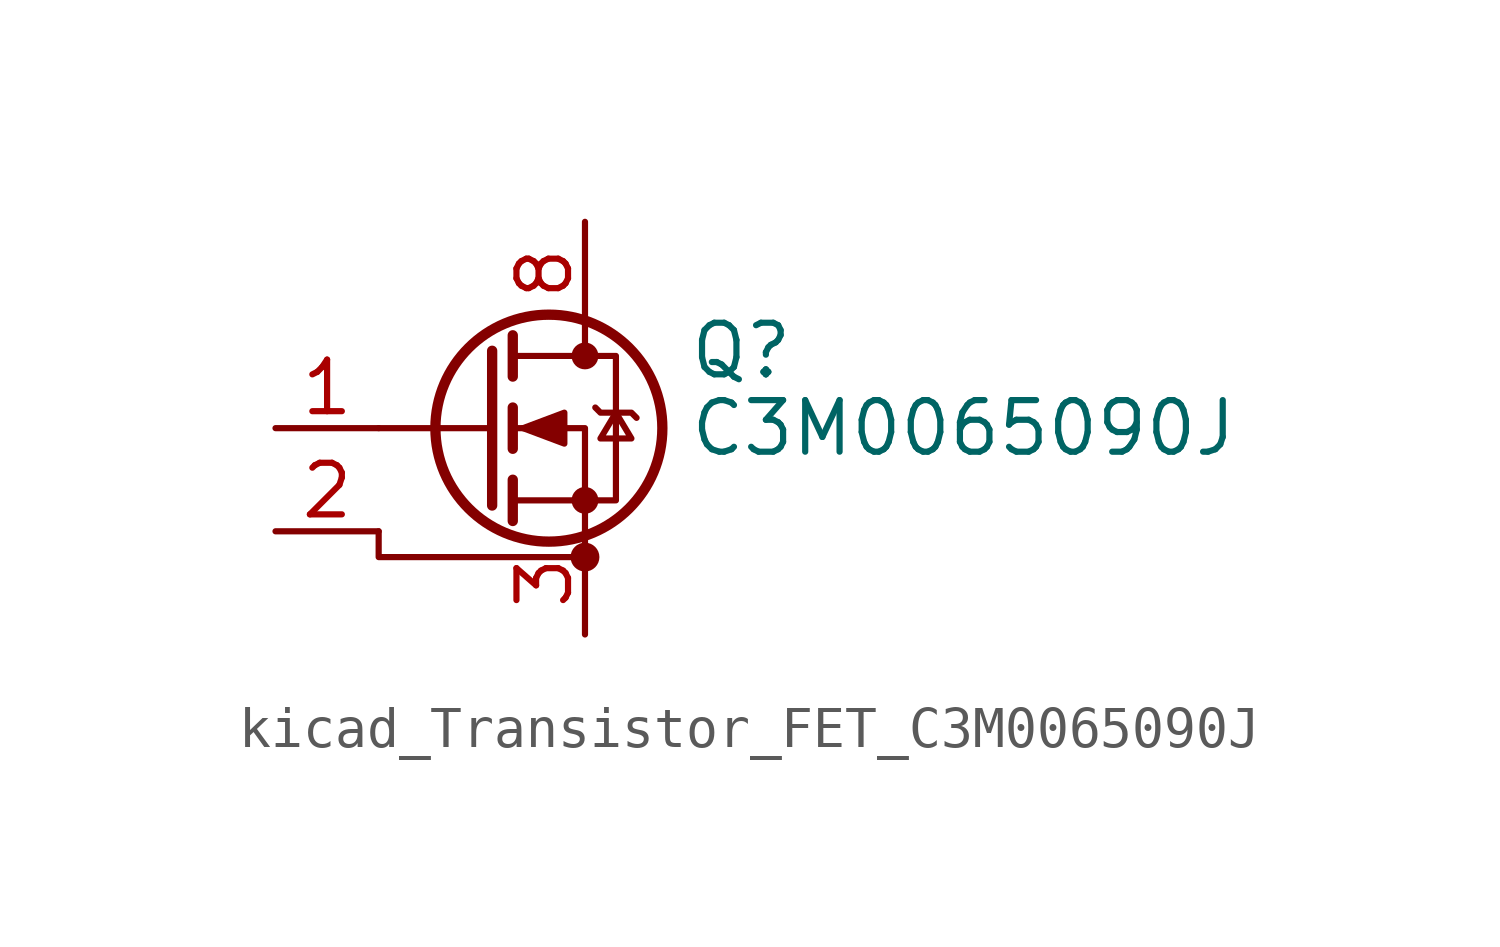
<source format=kicad_sym>
(kicad_symbol_lib
  (version 20220914)
  (generator kicad_symbol_editor)
  (symbol "kicad_Transistor_FET_C3M0065090J"
    (pin_names hide)
    (property "Reference" "Q"
      (at 5.08 1.905 0)
      (effects (font (size 1.27 1.27)) (justify left)))
    (property "Value" "C3M0065090J"
      (at 5.08 0 0)
      (effects (font (size 1.27 1.27)) (justify left)))
    (symbol "kicad_Transistor_FET_C3M0065090J_0_1"
      (polyline (pts (xy 0.254 0) (xy -2.54 0)) (stroke (width 0) (type default)) (fill (type none)))
      (polyline (pts (xy 0.254 1.905) (xy 0.254 -1.905)) (stroke (width 0.254) (type default)) (fill (type none)))
      (polyline (pts (xy 0.762 -1.27) (xy 0.762 -2.286)) (stroke (width 0.254) (type default)) (fill (type none)))
      (polyline (pts (xy 0.762 0.508) (xy 0.762 -0.508)) (stroke (width 0.254) (type default)) (fill (type none)))
      (polyline (pts (xy 0.762 2.286) (xy 0.762 1.27)) (stroke (width 0.254) (type default)) (fill (type none)))
      (polyline (pts (xy 2.54 2.54) (xy 2.54 1.778)) (stroke (width 0) (type default)) (fill (type none)))
      (polyline (pts (xy -2.54 -2.54) (xy -2.54 -3.175) (xy 2.54 -3.175)) (stroke (width 0) (type default)) (fill (type none)))
      (polyline (pts (xy 2.54 -2.54) (xy 2.54 0) (xy 0.762 0)) (stroke (width 0) (type default)) (fill (type none)))
      (polyline (pts (xy 0.762 -1.778) (xy 3.302 -1.778) (xy 3.302 1.778) (xy 0.762 1.778)) (stroke (width 0) (type default)) (fill (type none)))
      (polyline (pts (xy 1.016 0) (xy 2.032 0.381) (xy 2.032 -0.381) (xy 1.016 0)) (stroke (width 0) (type default)) (fill (type outline)))
      (polyline (pts (xy 2.794 0.508) (xy 2.921 0.381) (xy 3.683 0.381) (xy 3.81 0.254)) (stroke (width 0) (type default)) (fill (type none)))
      (polyline (pts (xy 3.302 0.381) (xy 2.921 -0.254) (xy 3.683 -0.254) (xy 3.302 0.381)) (stroke (width 0) (type default)) (fill (type none)))
      (circle (center 1.651 0) (radius 2.794) (stroke (width 0.254) (type default)) (fill (type none)))
      (circle (center 2.54 -3.175) (radius 0.279) (stroke (width 0) (type default)) (fill (type outline)))
      (circle (center 2.54 -1.778) (radius 0.254) (stroke (width 0) (type default)) (fill (type outline)))
      (circle (center 2.54 1.778) (radius 0.254) (stroke (width 0) (type default)) (fill (type outline))))
    (symbol "kicad_Transistor_FET_C3M0065090J_1_1"
      (pin input line (at -5.08 0 0) (length 2.54) (name "G" (effects (font (size 1.27 1.27)))) (number "1" (effects (font (size 1.27 1.27)))))
      (pin passive line (at -5.08 -2.54 0) (length 2.54) (name "DS" (effects (font (size 1.27 1.27)))) (number "2" (effects (font (size 1.27 1.27)))))
      (pin passive line (at 2.54 -5.08 90) (length 2.54) (name "S" (effects (font (size 1.27 1.27)))) (number "3" (effects (font (size 1.27 1.27)))))
      (pin passive line (at 2.54 -5.08 90) (length 2.54) hide (name "S" (effects (font (size 1.27 1.27)))) (number "4" (effects (font (size 1.27 1.27)))))
      (pin passive line (at 2.54 -5.08 90) (length 2.54) hide (name "S" (effects (font (size 1.27 1.27)))) (number "5" (effects (font (size 1.27 1.27)))))
      (pin passive line (at 2.54 -5.08 90) (length 2.54) hide (name "S" (effects (font (size 1.27 1.27)))) (number "6" (effects (font (size 1.27 1.27)))))
      (pin passive line (at 2.54 -5.08 90) (length 2.54) hide (name "S" (effects (font (size 1.27 1.27)))) (number "7" (effects (font (size 1.27 1.27)))))
      (pin passive line (at 2.54 5.08 270) (length 2.54) (name "D" (effects (font (size 1.27 1.27)))) (number "8" (effects (font (size 1.27 1.27))))))))
</source>
